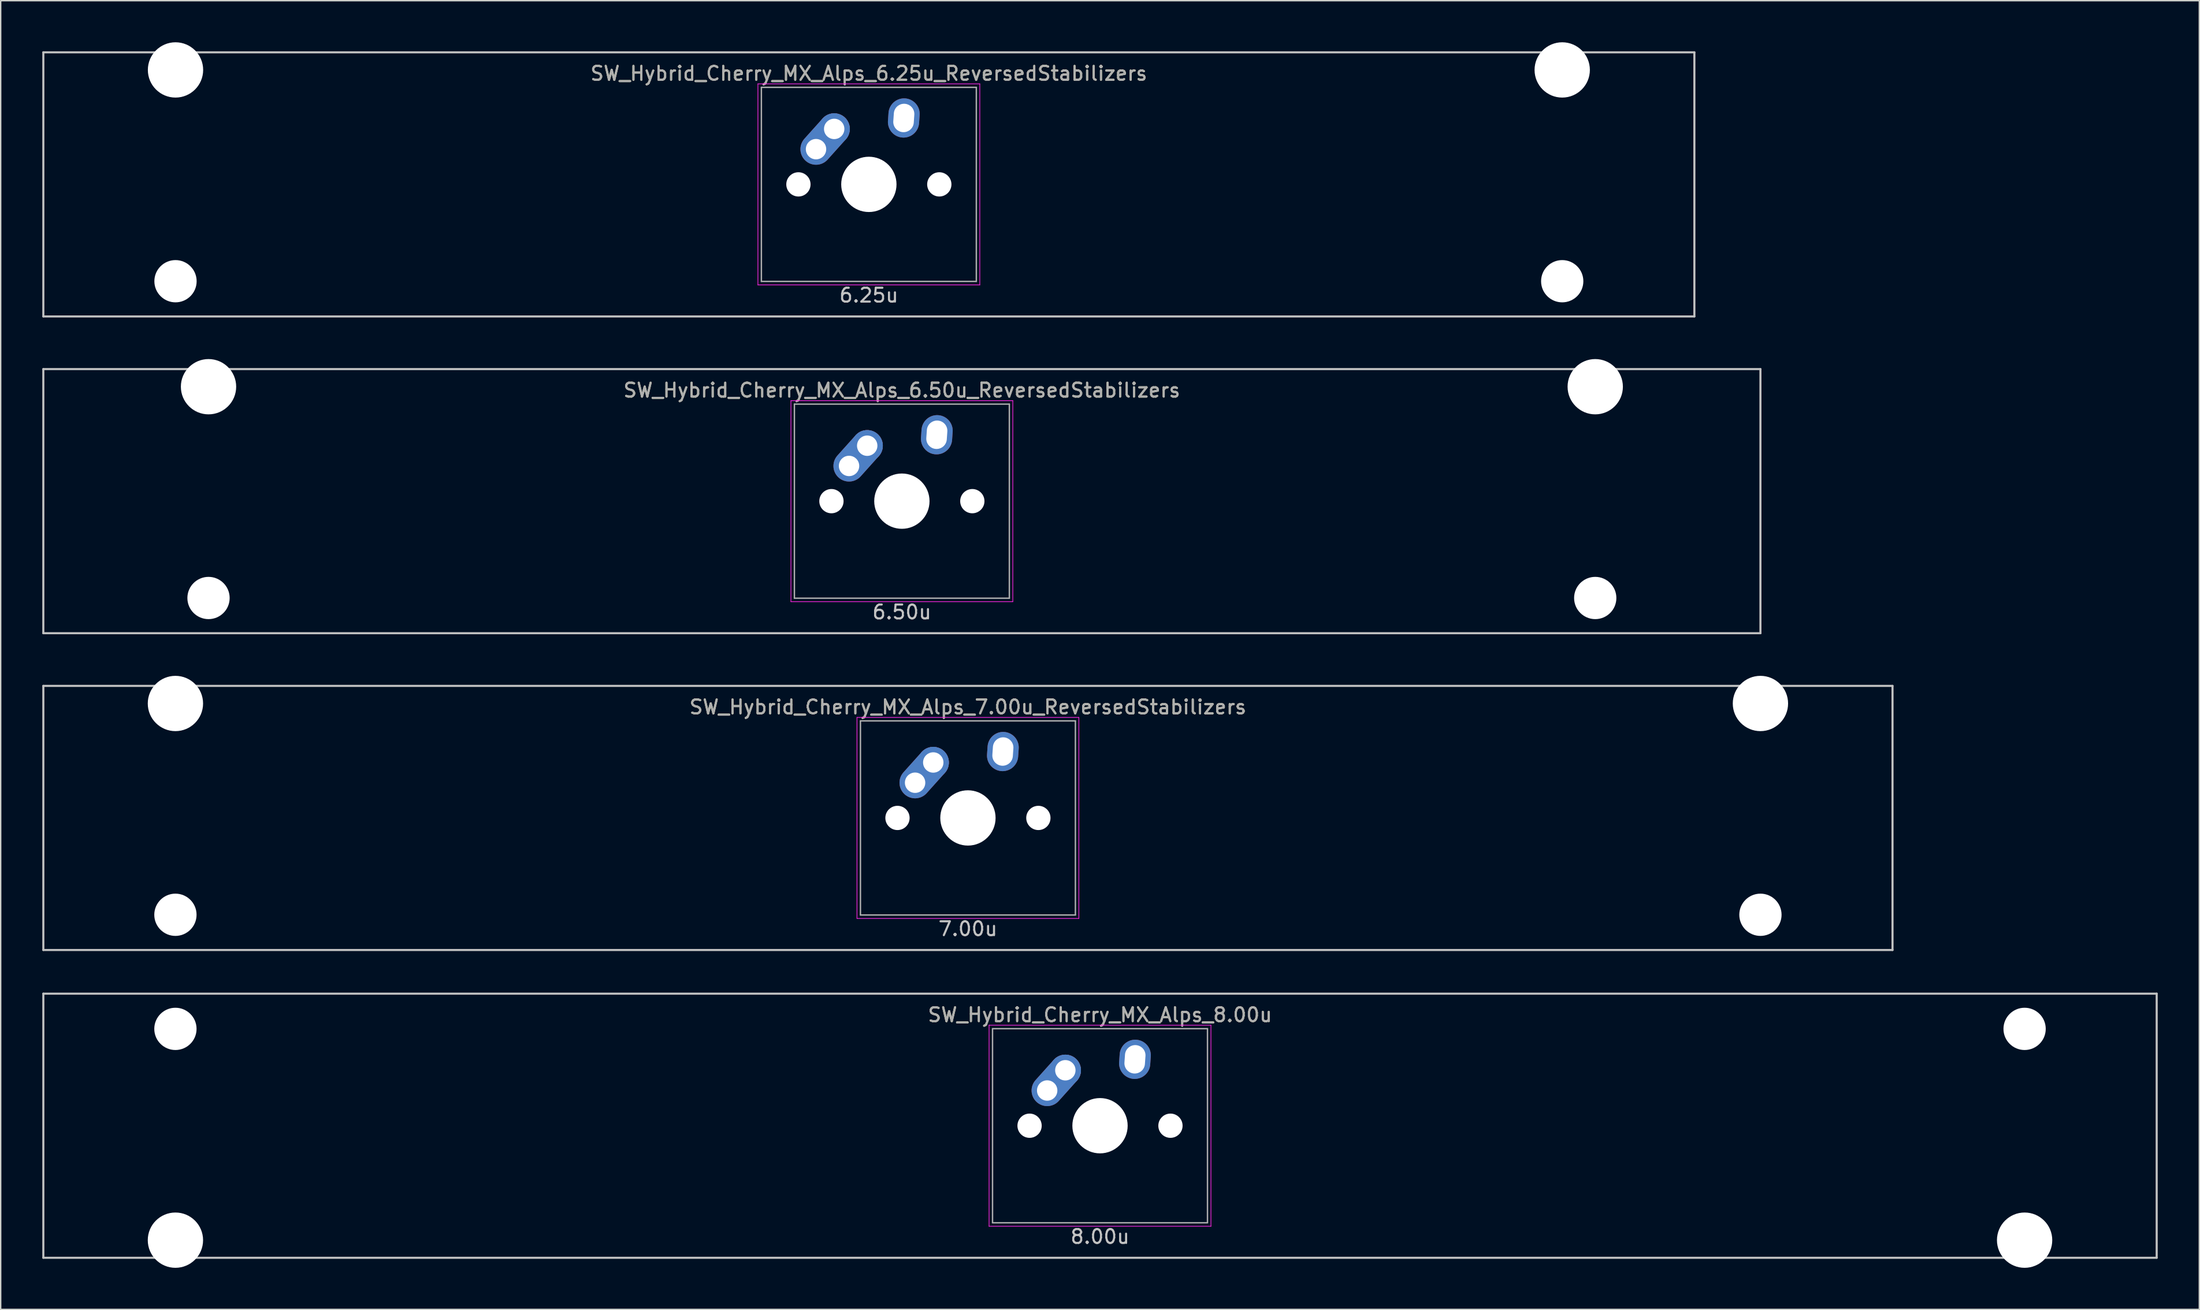
<source format=kicad_pcb>
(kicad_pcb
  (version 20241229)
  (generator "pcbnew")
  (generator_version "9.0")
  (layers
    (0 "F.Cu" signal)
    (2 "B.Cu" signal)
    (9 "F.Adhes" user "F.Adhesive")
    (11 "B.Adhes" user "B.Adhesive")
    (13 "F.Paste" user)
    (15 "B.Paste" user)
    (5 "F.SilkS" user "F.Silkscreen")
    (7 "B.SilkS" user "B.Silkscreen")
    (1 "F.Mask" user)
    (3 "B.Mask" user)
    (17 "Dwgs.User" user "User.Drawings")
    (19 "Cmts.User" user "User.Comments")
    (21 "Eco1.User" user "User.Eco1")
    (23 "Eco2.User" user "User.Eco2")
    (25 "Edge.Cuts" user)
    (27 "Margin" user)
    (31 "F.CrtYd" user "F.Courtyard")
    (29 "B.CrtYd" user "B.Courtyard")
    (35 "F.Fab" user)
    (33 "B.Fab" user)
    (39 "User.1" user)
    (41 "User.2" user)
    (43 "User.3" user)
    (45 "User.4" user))
  (footprint "SW_Hybrid_Cherry_MX_Alps_7.00u_ReversedStabilizers"
    (layer "F.Cu")
    (at 66.75 55.947)
    (property "Reference" "SW_Hybrid_Cherry_MX_Alps_7.00u_ReversedStabilizers" (at 0 -8 0) (layer "F.SilkS") (effects (font (size 1 1) (thickness 0.15))))
    (attr through_hole)
    (fp_line (start -66.675 -9.525) (end 66.675 -9.525) (stroke (width 0.15) (type solid)) (layer "Dwgs.User"))
    (fp_line (start -66.675 9.525) (end -66.675 -9.525) (stroke (width 0.15) (type solid)) (layer "Dwgs.User"))
    (fp_line (start -66.675 9.525) (end 66.675 9.525) (stroke (width 0.15) (type solid)) (layer "Dwgs.User"))
    (fp_line (start 66.675 -9.525) (end 66.675 9.525) (stroke (width 0.15) (type solid)) (layer "Dwgs.User"))
    (fp_line (start -8 -7.25) (end 8 -7.25) (stroke (width 0.05) (type solid)) (layer "F.CrtYd"))
    (fp_line (start -8 7.25) (end -8 -7.25) (stroke (width 0.05) (type solid)) (layer "F.CrtYd"))
    (fp_line (start 8 -7.25) (end 8 7.25) (stroke (width 0.05) (type solid)) (layer "F.CrtYd"))
    (fp_line (start 8 7.25) (end -8 7.25) (stroke (width 0.05) (type solid)) (layer "F.CrtYd"))
    (fp_line (start -7.75 -7) (end 7.75 -7) (stroke (width 0.1) (type solid)) (layer "F.Fab"))
    (fp_line (start -7.75 7) (end -7.75 -7) (stroke (width 0.1) (type solid)) (layer "F.Fab"))
    (fp_line (start 7.75 -7) (end 7.75 7) (stroke (width 0.1) (type solid)) (layer "F.Fab"))
    (fp_line (start 7.75 7) (end -7.75 7) (stroke (width 0.1) (type solid)) (layer "F.Fab"))
    (fp_text user "7.00u" (at 0 8 0) (layer "Dwgs.User") (effects (font (size 1 1) (thickness 0.15))))
    (fp_text user "${REFERENCE}" (at 0 -8 0) (layer "F.Fab") (effects (font (size 1 1) (thickness 0.15))))
    (pad "" np_thru_hole circle (at -57.15 -8.255) (size 3.988 3.988) (drill 3.988) (layers "*.Cu" "*.Mask"))
    (pad "" np_thru_hole circle (at -57.15 6.985) (size 3.048 3.048) (drill 3.048) (layers "*.Cu" "*.Mask"))
    (pad "" np_thru_hole circle (at -5.08 0 48.1) (size 1.75 1.75) (drill 1.75) (layers "*.Cu" "*.Mask"))
    (pad "" np_thru_hole circle (at 0 0) (size 3.988 3.988) (drill 3.988) (layers "*.Cu" "*.Mask"))
    (pad "" np_thru_hole circle (at 5.08 0 48.1) (size 1.75 1.75) (drill 1.75) (layers "*.Cu" "*.Mask"))
    (pad "" np_thru_hole circle (at 57.15 -8.255) (size 3.988 3.988) (drill 3.988) (layers "*.Cu" "*.Mask"))
    (pad "" np_thru_hole circle (at 57.15 6.985) (size 3.048 3.048) (drill 3.048) (layers "*.Cu" "*.Mask"))
    (pad "1" thru_hole oval (at -3.81 -2.54 48.1) (size 4.212 2.25) (drill 1.47 (offset 0.981 0)) (layers "*.Cu" "B.Mask"))
    (pad "1" thru_hole circle (at -2.5 -4) (size 2.25 2.25) (drill 1.47) (layers "*.Cu" "B.Mask"))
    (pad "2" thru_hole oval (at 2.52 -4.79 86) (size 2.831 2.25) (drill oval 2.051 1.48) (layers "*.Cu" "B.Mask")))
  (footprint "SW_Hybrid_Cherry_MX_Alps_6.50u_ReversedStabilizers"
    (layer "F.Cu")
    (at 61.987 33.098)
    (property "Reference" "SW_Hybrid_Cherry_MX_Alps_6.50u_ReversedStabilizers" (at 0 -8 0) (layer "F.SilkS") (effects (font (size 1 1) (thickness 0.15))))
    (attr through_hole)
    (fp_line (start -61.913 -9.525) (end 61.913 -9.525) (stroke (width 0.15) (type solid)) (layer "Dwgs.User"))
    (fp_line (start -61.913 9.525) (end -61.913 -9.525) (stroke (width 0.15) (type solid)) (layer "Dwgs.User"))
    (fp_line (start -61.913 9.525) (end 61.913 9.525) (stroke (width 0.15) (type solid)) (layer "Dwgs.User"))
    (fp_line (start 61.913 -9.525) (end 61.913 9.525) (stroke (width 0.15) (type solid)) (layer "Dwgs.User"))
    (fp_line (start -8 -7.25) (end 8 -7.25) (stroke (width 0.05) (type solid)) (layer "F.CrtYd"))
    (fp_line (start -8 7.25) (end -8 -7.25) (stroke (width 0.05) (type solid)) (layer "F.CrtYd"))
    (fp_line (start 8 -7.25) (end 8 7.25) (stroke (width 0.05) (type solid)) (layer "F.CrtYd"))
    (fp_line (start 8 7.25) (end -8 7.25) (stroke (width 0.05) (type solid)) (layer "F.CrtYd"))
    (fp_line (start -7.75 -7) (end 7.75 -7) (stroke (width 0.1) (type solid)) (layer "F.Fab"))
    (fp_line (start -7.75 7) (end -7.75 -7) (stroke (width 0.1) (type solid)) (layer "F.Fab"))
    (fp_line (start 7.75 -7) (end 7.75 7) (stroke (width 0.1) (type solid)) (layer "F.Fab"))
    (fp_line (start 7.75 7) (end -7.75 7) (stroke (width 0.1) (type solid)) (layer "F.Fab"))
    (fp_text user "6.50u" (at 0 8 0) (layer "Dwgs.User") (effects (font (size 1 1) (thickness 0.15))))
    (fp_text user "${REFERENCE}" (at 0 -8 0) (layer "F.Fab") (effects (font (size 1 1) (thickness 0.15))))
    (pad "" np_thru_hole circle (at -50 -8.255) (size 3.988 3.988) (drill 3.988) (layers "*.Cu" "*.Mask"))
    (pad "" np_thru_hole circle (at -50 6.985) (size 3.048 3.048) (drill 3.048) (layers "*.Cu" "*.Mask"))
    (pad "" np_thru_hole circle (at -5.08 0 48.1) (size 1.75 1.75) (drill 1.75) (layers "*.Cu" "*.Mask"))
    (pad "" np_thru_hole circle (at 0 0) (size 3.988 3.988) (drill 3.988) (layers "*.Cu" "*.Mask"))
    (pad "" np_thru_hole circle (at 5.08 0 48.1) (size 1.75 1.75) (drill 1.75) (layers "*.Cu" "*.Mask"))
    (pad "" np_thru_hole circle (at 50 -8.255) (size 3.988 3.988) (drill 3.988) (layers "*.Cu" "*.Mask"))
    (pad "" np_thru_hole circle (at 50 6.985) (size 3.048 3.048) (drill 3.048) (layers "*.Cu" "*.Mask"))
    (pad "1" thru_hole oval (at -3.81 -2.54 48.1) (size 4.212 2.25) (drill 1.47 (offset 0.981 0)) (layers "*.Cu" "B.Mask"))
    (pad "1" thru_hole circle (at -2.5 -4) (size 2.25 2.25) (drill 1.47) (layers "*.Cu" "B.Mask"))
    (pad "2" thru_hole oval (at 2.52 -4.79 86) (size 2.831 2.25) (drill oval 2.051 1.48) (layers "*.Cu" "B.Mask")))
  (footprint "SW_Hybrid_Cherry_MX_Alps_8.00u"
    (layer "F.Cu")
    (at 76.275 78.147)
    (property "Reference" "SW_Hybrid_Cherry_MX_Alps_8.00u" (at 0 -8 0) (layer "F.SilkS") (effects (font (size 1 1) (thickness 0.15))))
    (attr through_hole)
    (fp_line (start -76.2 -9.525) (end 76.2 -9.525) (stroke (width 0.15) (type solid)) (layer "Dwgs.User"))
    (fp_line (start -76.2 9.525) (end -76.2 -9.525) (stroke (width 0.15) (type solid)) (layer "Dwgs.User"))
    (fp_line (start -76.2 9.525) (end 76.2 9.525) (stroke (width 0.15) (type solid)) (layer "Dwgs.User"))
    (fp_line (start 76.2 -9.525) (end 76.2 9.525) (stroke (width 0.15) (type solid)) (layer "Dwgs.User"))
    (fp_line (start -8 -7.25) (end 8 -7.25) (stroke (width 0.05) (type solid)) (layer "F.CrtYd"))
    (fp_line (start -8 7.25) (end -8 -7.25) (stroke (width 0.05) (type solid)) (layer "F.CrtYd"))
    (fp_line (start 8 -7.25) (end 8 7.25) (stroke (width 0.05) (type solid)) (layer "F.CrtYd"))
    (fp_line (start 8 7.25) (end -8 7.25) (stroke (width 0.05) (type solid)) (layer "F.CrtYd"))
    (fp_line (start -7.75 -7) (end 7.75 -7) (stroke (width 0.1) (type solid)) (layer "F.Fab"))
    (fp_line (start -7.75 7) (end -7.75 -7) (stroke (width 0.1) (type solid)) (layer "F.Fab"))
    (fp_line (start 7.75 -7) (end 7.75 7) (stroke (width 0.1) (type solid)) (layer "F.Fab"))
    (fp_line (start 7.75 7) (end -7.75 7) (stroke (width 0.1) (type solid)) (layer "F.Fab"))
    (fp_text user "8.00u" (at 0 8 0) (layer "Dwgs.User") (effects (font (size 1 1) (thickness 0.15))))
    (fp_text user "${REFERENCE}" (at 0 -8 0) (layer "F.Fab") (effects (font (size 1 1) (thickness 0.15))))
    (pad "" np_thru_hole circle (at -66.675 -6.985) (size 3.048 3.048) (drill 3.048) (layers "*.Cu" "*.Mask"))
    (pad "" np_thru_hole circle (at -66.675 8.255) (size 3.988 3.988) (drill 3.988) (layers "*.Cu" "*.Mask"))
    (pad "" np_thru_hole circle (at -5.08 0 48.1) (size 1.75 1.75) (drill 1.75) (layers "*.Cu" "*.Mask"))
    (pad "" np_thru_hole circle (at 0 0) (size 3.988 3.988) (drill 3.988) (layers "*.Cu" "*.Mask"))
    (pad "" np_thru_hole circle (at 5.08 0 48.1) (size 1.75 1.75) (drill 1.75) (layers "*.Cu" "*.Mask"))
    (pad "" np_thru_hole circle (at 66.675 -6.985) (size 3.048 3.048) (drill 3.048) (layers "*.Cu" "*.Mask"))
    (pad "" np_thru_hole circle (at 66.675 8.255) (size 3.988 3.988) (drill 3.988) (layers "*.Cu" "*.Mask"))
    (pad "1" thru_hole oval (at -3.81 -2.54 48.1) (size 4.212 2.25) (drill 1.47 (offset 0.981 0)) (layers "*.Cu" "B.Mask"))
    (pad "1" thru_hole circle (at -2.5 -4) (size 2.25 2.25) (drill 1.47) (layers "*.Cu" "B.Mask"))
    (pad "2" thru_hole oval (at 2.52 -4.79 86) (size 2.831 2.25) (drill oval 2.051 1.48) (layers "*.Cu" "B.Mask")))
  (footprint "SW_Hybrid_Cherry_MX_Alps_6.25u_ReversedStabilizers"
    (layer "F.Cu")
    (at 59.606 10.249)
    (property "Reference" "SW_Hybrid_Cherry_MX_Alps_6.25u_ReversedStabilizers" (at 0 -8 0) (layer "F.SilkS") (effects (font (size 1 1) (thickness 0.15))))
    (attr through_hole)
    (fp_line (start -59.531 -9.525) (end 59.531 -9.525) (stroke (width 0.15) (type solid)) (layer "Dwgs.User"))
    (fp_line (start -59.531 9.525) (end -59.531 -9.525) (stroke (width 0.15) (type solid)) (layer "Dwgs.User"))
    (fp_line (start -59.531 9.525) (end 59.531 9.525) (stroke (width 0.15) (type solid)) (layer "Dwgs.User"))
    (fp_line (start 59.531 -9.525) (end 59.531 9.525) (stroke (width 0.15) (type solid)) (layer "Dwgs.User"))
    (fp_line (start -8 -7.25) (end 8 -7.25) (stroke (width 0.05) (type solid)) (layer "F.CrtYd"))
    (fp_line (start -8 7.25) (end -8 -7.25) (stroke (width 0.05) (type solid)) (layer "F.CrtYd"))
    (fp_line (start 8 -7.25) (end 8 7.25) (stroke (width 0.05) (type solid)) (layer "F.CrtYd"))
    (fp_line (start 8 7.25) (end -8 7.25) (stroke (width 0.05) (type solid)) (layer "F.CrtYd"))
    (fp_line (start -7.75 -7) (end 7.75 -7) (stroke (width 0.1) (type solid)) (layer "F.Fab"))
    (fp_line (start -7.75 7) (end -7.75 -7) (stroke (width 0.1) (type solid)) (layer "F.Fab"))
    (fp_line (start 7.75 -7) (end 7.75 7) (stroke (width 0.1) (type solid)) (layer "F.Fab"))
    (fp_line (start 7.75 7) (end -7.75 7) (stroke (width 0.1) (type solid)) (layer "F.Fab"))
    (fp_text user "6.25u" (at 0 8 0) (layer "Dwgs.User") (effects (font (size 1 1) (thickness 0.15))))
    (fp_text user "${REFERENCE}" (at 0 -8 0) (layer "F.Fab") (effects (font (size 1 1) (thickness 0.15))))
    (pad "" np_thru_hole circle (at -50 -8.255) (size 3.988 3.988) (drill 3.988) (layers "*.Cu" "*.Mask"))
    (pad "" np_thru_hole circle (at -50 6.985) (size 3.048 3.048) (drill 3.048) (layers "*.Cu" "*.Mask"))
    (pad "" np_thru_hole circle (at -5.08 0 48.1) (size 1.75 1.75) (drill 1.75) (layers "*.Cu" "*.Mask"))
    (pad "" np_thru_hole circle (at 0 0) (size 3.988 3.988) (drill 3.988) (layers "*.Cu" "*.Mask"))
    (pad "" np_thru_hole circle (at 5.08 0 48.1) (size 1.75 1.75) (drill 1.75) (layers "*.Cu" "*.Mask"))
    (pad "" np_thru_hole circle (at 50 -8.255) (size 3.988 3.988) (drill 3.988) (layers "*.Cu" "*.Mask"))
    (pad "" np_thru_hole circle (at 50 6.985) (size 3.048 3.048) (drill 3.048) (layers "*.Cu" "*.Mask"))
    (pad "1" thru_hole oval (at -3.81 -2.54 48.1) (size 4.212 2.25) (drill 1.47 (offset 0.981 0)) (layers "*.Cu" "B.Mask"))
    (pad "1" thru_hole circle (at -2.5 -4) (size 2.25 2.25) (drill 1.47) (layers "*.Cu" "B.Mask"))
    (pad "2" thru_hole oval (at 2.52 -4.79 86) (size 2.831 2.25) (drill oval 2.051 1.48) (layers "*.Cu" "B.Mask")))
  (gr_rect
    (start -3 -3)
    (end 155.55 91.396)
    (stroke (width 0.1) (type default))
    (fill no)
    (layer "Edge.Cuts")))
</source>
